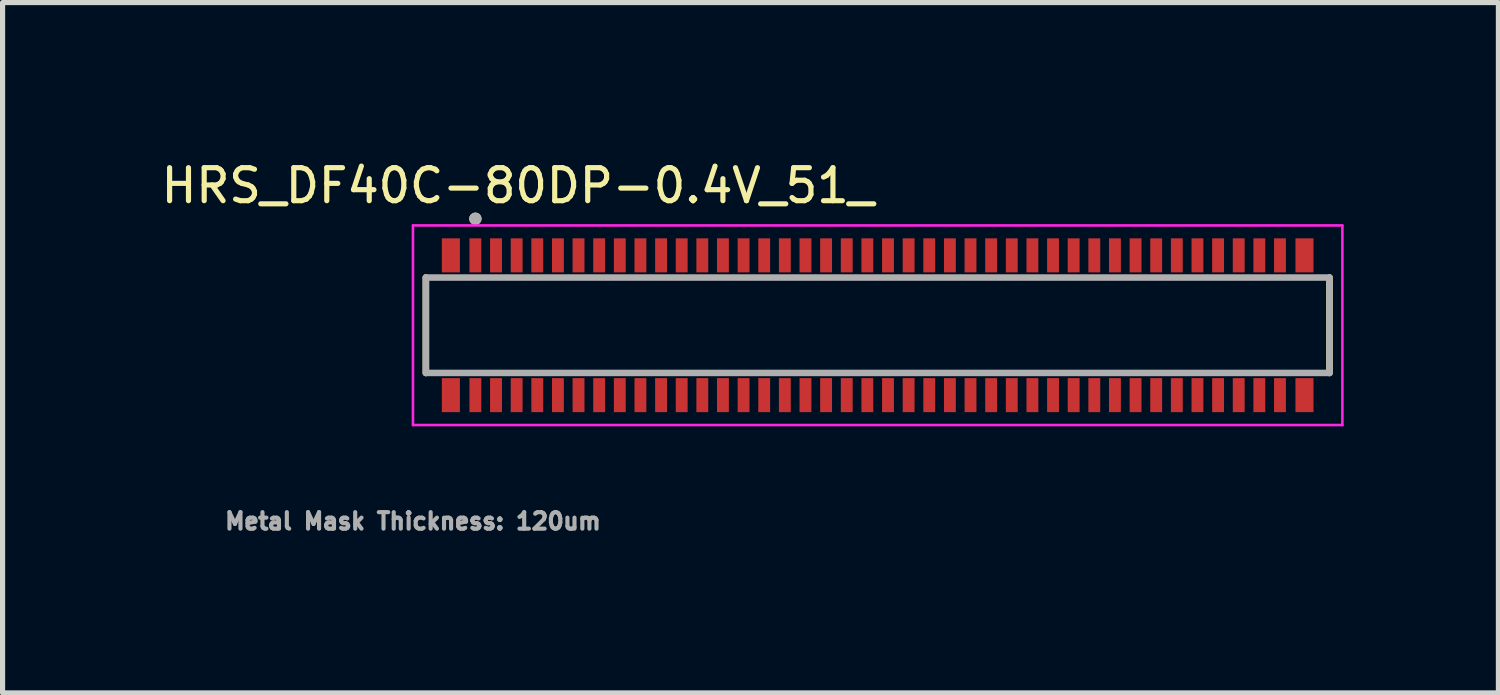
<source format=kicad_pcb>
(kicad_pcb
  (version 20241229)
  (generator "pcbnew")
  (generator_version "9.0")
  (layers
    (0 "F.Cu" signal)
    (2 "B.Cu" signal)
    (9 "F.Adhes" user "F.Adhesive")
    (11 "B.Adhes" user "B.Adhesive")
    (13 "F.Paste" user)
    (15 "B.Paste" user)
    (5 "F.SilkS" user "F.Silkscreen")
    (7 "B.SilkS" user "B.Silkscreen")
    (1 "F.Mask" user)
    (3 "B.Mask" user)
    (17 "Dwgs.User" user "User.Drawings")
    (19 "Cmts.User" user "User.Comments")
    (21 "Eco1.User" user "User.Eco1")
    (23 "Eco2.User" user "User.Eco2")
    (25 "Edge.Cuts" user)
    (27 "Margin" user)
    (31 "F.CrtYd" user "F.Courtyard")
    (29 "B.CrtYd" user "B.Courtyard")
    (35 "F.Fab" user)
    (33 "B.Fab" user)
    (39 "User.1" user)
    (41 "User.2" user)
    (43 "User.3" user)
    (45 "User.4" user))
  (footprint "HRS_DF40C-80DP-0.4V_51_"
    (layer "F.Cu")
    (at 13.967 3.256)
    (property "Reference" "HRS_DF40C-80DP-0.4V_51_" (at -6.978 -2.706 0) (layer "F.SilkS") (effects (font (size 0.64 0.64) (thickness 0.1))))
    (attr smd)
    (fp_line (start -8.76 0.925) (end -8.76 -0.925) (stroke (width 0.127) (type solid)) (layer "F.SilkS"))
    (fp_line (start 8.76 -0.925) (end 8.76 0.925) (stroke (width 0.127) (type solid)) (layer "F.SilkS"))
    (fp_circle (center -7.8 -2.065) (end -7.74 -2.065) (stroke (width 0.12) (type solid)) (fill no) (layer "F.SilkS"))
    (fp_poly (pts (xy -8.43 -1.65) (xy -8.12 -1.65) (xy -8.12 -1.06) (xy -8.43 -1.06)) (stroke (width 0.01) (type solid)) (fill yes) (layer "F.Paste"))
    (fp_poly (pts (xy -8.43 1.06) (xy -8.12 1.06) (xy -8.12 1.65) (xy -8.43 1.65)) (stroke (width 0.01) (type solid)) (fill yes) (layer "F.Paste"))
    (fp_poly (pts (xy -7.905 -1.65) (xy -7.695 -1.65) (xy -7.695 -1.06) (xy -7.905 -1.06)) (stroke (width 0.01) (type solid)) (fill yes) (layer "F.Paste"))
    (fp_poly (pts (xy -7.905 1.06) (xy -7.695 1.06) (xy -7.695 1.65) (xy -7.905 1.65)) (stroke (width 0.01) (type solid)) (fill yes) (layer "F.Paste"))
    (fp_poly (pts (xy -7.505 -1.65) (xy -7.295 -1.65) (xy -7.295 -1.06) (xy -7.505 -1.06)) (stroke (width 0.01) (type solid)) (fill yes) (layer "F.Paste"))
    (fp_poly (pts (xy -7.505 1.06) (xy -7.295 1.06) (xy -7.295 1.65) (xy -7.505 1.65)) (stroke (width 0.01) (type solid)) (fill yes) (layer "F.Paste"))
    (fp_poly (pts (xy -7.105 -1.65) (xy -6.895 -1.65) (xy -6.895 -1.06) (xy -7.105 -1.06)) (stroke (width 0.01) (type solid)) (fill yes) (layer "F.Paste"))
    (fp_poly (pts (xy -7.105 1.06) (xy -6.895 1.06) (xy -6.895 1.65) (xy -7.105 1.65)) (stroke (width 0.01) (type solid)) (fill yes) (layer "F.Paste"))
    (fp_poly (pts (xy -6.705 -1.65) (xy -6.495 -1.65) (xy -6.495 -1.06) (xy -6.705 -1.06)) (stroke (width 0.01) (type solid)) (fill yes) (layer "F.Paste"))
    (fp_poly (pts (xy -6.705 1.06) (xy -6.495 1.06) (xy -6.495 1.65) (xy -6.705 1.65)) (stroke (width 0.01) (type solid)) (fill yes) (layer "F.Paste"))
    (fp_poly (pts (xy -6.305 -1.65) (xy -6.095 -1.65) (xy -6.095 -1.06) (xy -6.305 -1.06)) (stroke (width 0.01) (type solid)) (fill yes) (layer "F.Paste"))
    (fp_poly (pts (xy -6.305 1.06) (xy -6.095 1.06) (xy -6.095 1.65) (xy -6.305 1.65)) (stroke (width 0.01) (type solid)) (fill yes) (layer "F.Paste"))
    (fp_poly (pts (xy -5.905 -1.65) (xy -5.695 -1.65) (xy -5.695 -1.06) (xy -5.905 -1.06)) (stroke (width 0.01) (type solid)) (fill yes) (layer "F.Paste"))
    (fp_poly (pts (xy -5.905 1.06) (xy -5.695 1.06) (xy -5.695 1.65) (xy -5.905 1.65)) (stroke (width 0.01) (type solid)) (fill yes) (layer "F.Paste"))
    (fp_poly (pts (xy -5.505 -1.65) (xy -5.295 -1.65) (xy -5.295 -1.06) (xy -5.505 -1.06)) (stroke (width 0.01) (type solid)) (fill yes) (layer "F.Paste"))
    (fp_poly (pts (xy -5.505 1.06) (xy -5.295 1.06) (xy -5.295 1.65) (xy -5.505 1.65)) (stroke (width 0.01) (type solid)) (fill yes) (layer "F.Paste"))
    (fp_poly (pts (xy -5.105 -1.65) (xy -4.895 -1.65) (xy -4.895 -1.06) (xy -5.105 -1.06)) (stroke (width 0.01) (type solid)) (fill yes) (layer "F.Paste"))
    (fp_poly (pts (xy -5.105 1.06) (xy -4.895 1.06) (xy -4.895 1.65) (xy -5.105 1.65)) (stroke (width 0.01) (type solid)) (fill yes) (layer "F.Paste"))
    (fp_poly (pts (xy -4.705 -1.65) (xy -4.495 -1.65) (xy -4.495 -1.06) (xy -4.705 -1.06)) (stroke (width 0.01) (type solid)) (fill yes) (layer "F.Paste"))
    (fp_poly (pts (xy -4.705 1.06) (xy -4.495 1.06) (xy -4.495 1.65) (xy -4.705 1.65)) (stroke (width 0.01) (type solid)) (fill yes) (layer "F.Paste"))
    (fp_poly (pts (xy -4.305 -1.65) (xy -4.095 -1.65) (xy -4.095 -1.06) (xy -4.305 -1.06)) (stroke (width 0.01) (type solid)) (fill yes) (layer "F.Paste"))
    (fp_poly (pts (xy -4.305 1.06) (xy -4.095 1.06) (xy -4.095 1.65) (xy -4.305 1.65)) (stroke (width 0.01) (type solid)) (fill yes) (layer "F.Paste"))
    (fp_poly (pts (xy -3.905 -1.65) (xy -3.695 -1.65) (xy -3.695 -1.06) (xy -3.905 -1.06)) (stroke (width 0.01) (type solid)) (fill yes) (layer "F.Paste"))
    (fp_poly (pts (xy -3.905 1.06) (xy -3.695 1.06) (xy -3.695 1.65) (xy -3.905 1.65)) (stroke (width 0.01) (type solid)) (fill yes) (layer "F.Paste"))
    (fp_poly (pts (xy -3.505 -1.65) (xy -3.295 -1.65) (xy -3.295 -1.06) (xy -3.505 -1.06)) (stroke (width 0.01) (type solid)) (fill yes) (layer "F.Paste"))
    (fp_poly (pts (xy -3.505 1.06) (xy -3.295 1.06) (xy -3.295 1.65) (xy -3.505 1.65)) (stroke (width 0.01) (type solid)) (fill yes) (layer "F.Paste"))
    (fp_poly (pts (xy -3.105 -1.65) (xy -2.895 -1.65) (xy -2.895 -1.06) (xy -3.105 -1.06)) (stroke (width 0.01) (type solid)) (fill yes) (layer "F.Paste"))
    (fp_poly (pts (xy -3.105 1.06) (xy -2.895 1.06) (xy -2.895 1.65) (xy -3.105 1.65)) (stroke (width 0.01) (type solid)) (fill yes) (layer "F.Paste"))
    (fp_poly (pts (xy -2.705 -1.65) (xy -2.495 -1.65) (xy -2.495 -1.06) (xy -2.705 -1.06)) (stroke (width 0.01) (type solid)) (fill yes) (layer "F.Paste"))
    (fp_poly (pts (xy -2.705 1.06) (xy -2.495 1.06) (xy -2.495 1.65) (xy -2.705 1.65)) (stroke (width 0.01) (type solid)) (fill yes) (layer "F.Paste"))
    (fp_poly (pts (xy -2.305 -1.65) (xy -2.095 -1.65) (xy -2.095 -1.06) (xy -2.305 -1.06)) (stroke (width 0.01) (type solid)) (fill yes) (layer "F.Paste"))
    (fp_poly (pts (xy -2.305 1.06) (xy -2.095 1.06) (xy -2.095 1.65) (xy -2.305 1.65)) (stroke (width 0.01) (type solid)) (fill yes) (layer "F.Paste"))
    (fp_poly (pts (xy -1.905 -1.65) (xy -1.695 -1.65) (xy -1.695 -1.06) (xy -1.905 -1.06)) (stroke (width 0.01) (type solid)) (fill yes) (layer "F.Paste"))
    (fp_poly (pts (xy -1.905 1.06) (xy -1.695 1.06) (xy -1.695 1.65) (xy -1.905 1.65)) (stroke (width 0.01) (type solid)) (fill yes) (layer "F.Paste"))
    (fp_poly (pts (xy -1.505 -1.65) (xy -1.295 -1.65) (xy -1.295 -1.06) (xy -1.505 -1.06)) (stroke (width 0.01) (type solid)) (fill yes) (layer "F.Paste"))
    (fp_poly (pts (xy -1.505 1.06) (xy -1.295 1.06) (xy -1.295 1.65) (xy -1.505 1.65)) (stroke (width 0.01) (type solid)) (fill yes) (layer "F.Paste"))
    (fp_poly (pts (xy -1.105 -1.65) (xy -0.895 -1.65) (xy -0.895 -1.06) (xy -1.105 -1.06)) (stroke (width 0.01) (type solid)) (fill yes) (layer "F.Paste"))
    (fp_poly (pts (xy -1.105 1.06) (xy -0.895 1.06) (xy -0.895 1.65) (xy -1.105 1.65)) (stroke (width 0.01) (type solid)) (fill yes) (layer "F.Paste"))
    (fp_poly (pts (xy -0.705 -1.65) (xy -0.495 -1.65) (xy -0.495 -1.06) (xy -0.705 -1.06)) (stroke (width 0.01) (type solid)) (fill yes) (layer "F.Paste"))
    (fp_poly (pts (xy -0.705 1.06) (xy -0.495 1.06) (xy -0.495 1.65) (xy -0.705 1.65)) (stroke (width 0.01) (type solid)) (fill yes) (layer "F.Paste"))
    (fp_poly (pts (xy -0.305 -1.65) (xy -0.095 -1.65) (xy -0.095 -1.06) (xy -0.305 -1.06)) (stroke (width 0.01) (type solid)) (fill yes) (layer "F.Paste"))
    (fp_poly (pts (xy -0.305 1.06) (xy -0.095 1.06) (xy -0.095 1.65) (xy -0.305 1.65)) (stroke (width 0.01) (type solid)) (fill yes) (layer "F.Paste"))
    (fp_poly (pts (xy 0.095 -1.65) (xy 0.305 -1.65) (xy 0.305 -1.06) (xy 0.095 -1.06)) (stroke (width 0.01) (type solid)) (fill yes) (layer "F.Paste"))
    (fp_poly (pts (xy 0.095 1.06) (xy 0.305 1.06) (xy 0.305 1.65) (xy 0.095 1.65)) (stroke (width 0.01) (type solid)) (fill yes) (layer "F.Paste"))
    (fp_poly (pts (xy 0.495 -1.65) (xy 0.705 -1.65) (xy 0.705 -1.06) (xy 0.495 -1.06)) (stroke (width 0.01) (type solid)) (fill yes) (layer "F.Paste"))
    (fp_poly (pts (xy 0.495 1.06) (xy 0.705 1.06) (xy 0.705 1.65) (xy 0.495 1.65)) (stroke (width 0.01) (type solid)) (fill yes) (layer "F.Paste"))
    (fp_poly (pts (xy 0.895 -1.65) (xy 1.105 -1.65) (xy 1.105 -1.06) (xy 0.895 -1.06)) (stroke (width 0.01) (type solid)) (fill yes) (layer "F.Paste"))
    (fp_poly (pts (xy 0.895 1.06) (xy 1.105 1.06) (xy 1.105 1.65) (xy 0.895 1.65)) (stroke (width 0.01) (type solid)) (fill yes) (layer "F.Paste"))
    (fp_poly (pts (xy 1.295 -1.65) (xy 1.505 -1.65) (xy 1.505 -1.06) (xy 1.295 -1.06)) (stroke (width 0.01) (type solid)) (fill yes) (layer "F.Paste"))
    (fp_poly (pts (xy 1.295 1.06) (xy 1.505 1.06) (xy 1.505 1.65) (xy 1.295 1.65)) (stroke (width 0.01) (type solid)) (fill yes) (layer "F.Paste"))
    (fp_poly (pts (xy 1.695 -1.65) (xy 1.905 -1.65) (xy 1.905 -1.06) (xy 1.695 -1.06)) (stroke (width 0.01) (type solid)) (fill yes) (layer "F.Paste"))
    (fp_poly (pts (xy 1.695 1.06) (xy 1.905 1.06) (xy 1.905 1.65) (xy 1.695 1.65)) (stroke (width 0.01) (type solid)) (fill yes) (layer "F.Paste"))
    (fp_poly (pts (xy 2.095 -1.65) (xy 2.305 -1.65) (xy 2.305 -1.06) (xy 2.095 -1.06)) (stroke (width 0.01) (type solid)) (fill yes) (layer "F.Paste"))
    (fp_poly (pts (xy 2.095 1.06) (xy 2.305 1.06) (xy 2.305 1.65) (xy 2.095 1.65)) (stroke (width 0.01) (type solid)) (fill yes) (layer "F.Paste"))
    (fp_poly (pts (xy 2.495 -1.65) (xy 2.705 -1.65) (xy 2.705 -1.06) (xy 2.495 -1.06)) (stroke (width 0.01) (type solid)) (fill yes) (layer "F.Paste"))
    (fp_poly (pts (xy 2.495 1.06) (xy 2.705 1.06) (xy 2.705 1.65) (xy 2.495 1.65)) (stroke (width 0.01) (type solid)) (fill yes) (layer "F.Paste"))
    (fp_poly (pts (xy 2.895 -1.65) (xy 3.105 -1.65) (xy 3.105 -1.06) (xy 2.895 -1.06)) (stroke (width 0.01) (type solid)) (fill yes) (layer "F.Paste"))
    (fp_poly (pts (xy 2.895 1.06) (xy 3.105 1.06) (xy 3.105 1.65) (xy 2.895 1.65)) (stroke (width 0.01) (type solid)) (fill yes) (layer "F.Paste"))
    (fp_poly (pts (xy 3.295 -1.65) (xy 3.505 -1.65) (xy 3.505 -1.06) (xy 3.295 -1.06)) (stroke (width 0.01) (type solid)) (fill yes) (layer "F.Paste"))
    (fp_poly (pts (xy 3.295 1.06) (xy 3.505 1.06) (xy 3.505 1.65) (xy 3.295 1.65)) (stroke (width 0.01) (type solid)) (fill yes) (layer "F.Paste"))
    (fp_poly (pts (xy 3.695 -1.65) (xy 3.905 -1.65) (xy 3.905 -1.06) (xy 3.695 -1.06)) (stroke (width 0.01) (type solid)) (fill yes) (layer "F.Paste"))
    (fp_poly (pts (xy 3.695 1.06) (xy 3.905 1.06) (xy 3.905 1.65) (xy 3.695 1.65)) (stroke (width 0.01) (type solid)) (fill yes) (layer "F.Paste"))
    (fp_poly (pts (xy 4.095 -1.65) (xy 4.305 -1.65) (xy 4.305 -1.06) (xy 4.095 -1.06)) (stroke (width 0.01) (type solid)) (fill yes) (layer "F.Paste"))
    (fp_poly (pts (xy 4.095 1.06) (xy 4.305 1.06) (xy 4.305 1.65) (xy 4.095 1.65)) (stroke (width 0.01) (type solid)) (fill yes) (layer "F.Paste"))
    (fp_poly (pts (xy 4.495 -1.65) (xy 4.705 -1.65) (xy 4.705 -1.06) (xy 4.495 -1.06)) (stroke (width 0.01) (type solid)) (fill yes) (layer "F.Paste"))
    (fp_poly (pts (xy 4.495 1.06) (xy 4.705 1.06) (xy 4.705 1.65) (xy 4.495 1.65)) (stroke (width 0.01) (type solid)) (fill yes) (layer "F.Paste"))
    (fp_poly (pts (xy 4.895 -1.65) (xy 5.105 -1.65) (xy 5.105 -1.06) (xy 4.895 -1.06)) (stroke (width 0.01) (type solid)) (fill yes) (layer "F.Paste"))
    (fp_poly (pts (xy 4.895 1.06) (xy 5.105 1.06) (xy 5.105 1.65) (xy 4.895 1.65)) (stroke (width 0.01) (type solid)) (fill yes) (layer "F.Paste"))
    (fp_poly (pts (xy 5.295 -1.65) (xy 5.505 -1.65) (xy 5.505 -1.06) (xy 5.295 -1.06)) (stroke (width 0.01) (type solid)) (fill yes) (layer "F.Paste"))
    (fp_poly (pts (xy 5.295 1.06) (xy 5.505 1.06) (xy 5.505 1.65) (xy 5.295 1.65)) (stroke (width 0.01) (type solid)) (fill yes) (layer "F.Paste"))
    (fp_poly (pts (xy 5.695 -1.65) (xy 5.905 -1.65) (xy 5.905 -1.06) (xy 5.695 -1.06)) (stroke (width 0.01) (type solid)) (fill yes) (layer "F.Paste"))
    (fp_poly (pts (xy 5.695 1.06) (xy 5.905 1.06) (xy 5.905 1.65) (xy 5.695 1.65)) (stroke (width 0.01) (type solid)) (fill yes) (layer "F.Paste"))
    (fp_poly (pts (xy 6.095 -1.65) (xy 6.305 -1.65) (xy 6.305 -1.06) (xy 6.095 -1.06)) (stroke (width 0.01) (type solid)) (fill yes) (layer "F.Paste"))
    (fp_poly (pts (xy 6.095 1.06) (xy 6.305 1.06) (xy 6.305 1.65) (xy 6.095 1.65)) (stroke (width 0.01) (type solid)) (fill yes) (layer "F.Paste"))
    (fp_poly (pts (xy 6.495 -1.65) (xy 6.705 -1.65) (xy 6.705 -1.06) (xy 6.495 -1.06)) (stroke (width 0.01) (type solid)) (fill yes) (layer "F.Paste"))
    (fp_poly (pts (xy 6.495 1.06) (xy 6.705 1.06) (xy 6.705 1.65) (xy 6.495 1.65)) (stroke (width 0.01) (type solid)) (fill yes) (layer "F.Paste"))
    (fp_poly (pts (xy 6.895 -1.65) (xy 7.105 -1.65) (xy 7.105 -1.06) (xy 6.895 -1.06)) (stroke (width 0.01) (type solid)) (fill yes) (layer "F.Paste"))
    (fp_poly (pts (xy 6.895 1.06) (xy 7.105 1.06) (xy 7.105 1.65) (xy 6.895 1.65)) (stroke (width 0.01) (type solid)) (fill yes) (layer "F.Paste"))
    (fp_poly (pts (xy 7.295 -1.65) (xy 7.505 -1.65) (xy 7.505 -1.06) (xy 7.295 -1.06)) (stroke (width 0.01) (type solid)) (fill yes) (layer "F.Paste"))
    (fp_poly (pts (xy 7.295 1.06) (xy 7.505 1.06) (xy 7.505 1.65) (xy 7.295 1.65)) (stroke (width 0.01) (type solid)) (fill yes) (layer "F.Paste"))
    (fp_poly (pts (xy 7.695 -1.65) (xy 7.905 -1.65) (xy 7.905 -1.06) (xy 7.695 -1.06)) (stroke (width 0.01) (type solid)) (fill yes) (layer "F.Paste"))
    (fp_poly (pts (xy 7.695 1.06) (xy 7.905 1.06) (xy 7.905 1.65) (xy 7.695 1.65)) (stroke (width 0.01) (type solid)) (fill yes) (layer "F.Paste"))
    (fp_poly (pts (xy 8.12 -1.65) (xy 8.43 -1.65) (xy 8.43 -1.06) (xy 8.12 -1.06)) (stroke (width 0.01) (type solid)) (fill yes) (layer "F.Paste"))
    (fp_poly (pts (xy 8.12 1.06) (xy 8.43 1.06) (xy 8.43 1.65) (xy 8.12 1.65)) (stroke (width 0.01) (type solid)) (fill yes) (layer "F.Paste"))
    (fp_line (start -9.01 -1.935) (end 9.01 -1.935) (stroke (width 0.05) (type solid)) (layer "F.CrtYd"))
    (fp_line (start -9.01 1.935) (end -9.01 -1.935) (stroke (width 0.05) (type solid)) (layer "F.CrtYd"))
    (fp_line (start 9.01 -1.935) (end 9.01 1.935) (stroke (width 0.05) (type solid)) (layer "F.CrtYd"))
    (fp_line (start 9.01 1.935) (end -9.01 1.935) (stroke (width 0.05) (type solid)) (layer "F.CrtYd"))
    (fp_line (start -8.76 -0.925) (end 8.76 -0.925) (stroke (width 0.127) (type solid)) (layer "F.Fab"))
    (fp_line (start -8.76 0.925) (end -8.76 -0.925) (stroke (width 0.127) (type solid)) (layer "F.Fab"))
    (fp_line (start 8.76 -0.925) (end 8.76 0.925) (stroke (width 0.127) (type solid)) (layer "F.Fab"))
    (fp_line (start 8.76 0.925) (end -8.76 0.925) (stroke (width 0.127) (type solid)) (layer "F.Fab"))
    (fp_circle (center -7.8 -2.065) (end -7.74 -2.065) (stroke (width 0.12) (type solid)) (fill no) (layer "F.Fab"))
    (fp_text user "Metal Mask Thickness: 120um" (at -9.01 3.8 0) (layer "F.Fab") (effects (font (size 0.32 0.32) (thickness 0.08))))
    (pad "1" smd rect (at -7.8 -1.355) (size 0.23 0.66) (layers "F.Cu" "F.Mask"))
    (pad "2" smd rect (at -7.8 1.355) (size 0.23 0.66) (layers "F.Cu" "F.Mask"))
    (pad "3" smd rect (at -7.4 -1.355) (size 0.23 0.66) (layers "F.Cu" "F.Mask"))
    (pad "4" smd rect (at -7.4 1.355) (size 0.23 0.66) (layers "F.Cu" "F.Mask"))
    (pad "5" smd rect (at -7 -1.355) (size 0.23 0.66) (layers "F.Cu" "F.Mask"))
    (pad "6" smd rect (at -7 1.355) (size 0.23 0.66) (layers "F.Cu" "F.Mask"))
    (pad "7" smd rect (at -6.6 -1.355) (size 0.23 0.66) (layers "F.Cu" "F.Mask"))
    (pad "8" smd rect (at -6.6 1.355) (size 0.23 0.66) (layers "F.Cu" "F.Mask"))
    (pad "9" smd rect (at -6.2 -1.355) (size 0.23 0.66) (layers "F.Cu" "F.Mask"))
    (pad "10" smd rect (at -6.2 1.355) (size 0.23 0.66) (layers "F.Cu" "F.Mask"))
    (pad "11" smd rect (at -5.8 -1.355) (size 0.23 0.66) (layers "F.Cu" "F.Mask"))
    (pad "12" smd rect (at -5.8 1.355) (size 0.23 0.66) (layers "F.Cu" "F.Mask"))
    (pad "13" smd rect (at -5.4 -1.355) (size 0.23 0.66) (layers "F.Cu" "F.Mask"))
    (pad "14" smd rect (at -5.4 1.355) (size 0.23 0.66) (layers "F.Cu" "F.Mask"))
    (pad "15" smd rect (at -5 -1.355) (size 0.23 0.66) (layers "F.Cu" "F.Mask"))
    (pad "16" smd rect (at -5 1.355) (size 0.23 0.66) (layers "F.Cu" "F.Mask"))
    (pad "17" smd rect (at -4.6 -1.355) (size 0.23 0.66) (layers "F.Cu" "F.Mask"))
    (pad "18" smd rect (at -4.6 1.355) (size 0.23 0.66) (layers "F.Cu" "F.Mask"))
    (pad "19" smd rect (at -4.2 -1.355) (size 0.23 0.66) (layers "F.Cu" "F.Mask"))
    (pad "20" smd rect (at -4.2 1.355) (size 0.23 0.66) (layers "F.Cu" "F.Mask"))
    (pad "21" smd rect (at -3.8 -1.355) (size 0.23 0.66) (layers "F.Cu" "F.Mask"))
    (pad "22" smd rect (at -3.8 1.355) (size 0.23 0.66) (layers "F.Cu" "F.Mask"))
    (pad "23" smd rect (at -3.4 -1.355) (size 0.23 0.66) (layers "F.Cu" "F.Mask"))
    (pad "24" smd rect (at -3.4 1.355) (size 0.23 0.66) (layers "F.Cu" "F.Mask"))
    (pad "25" smd rect (at -3 -1.355) (size 0.23 0.66) (layers "F.Cu" "F.Mask"))
    (pad "26" smd rect (at -3 1.355) (size 0.23 0.66) (layers "F.Cu" "F.Mask"))
    (pad "27" smd rect (at -2.6 -1.355) (size 0.23 0.66) (layers "F.Cu" "F.Mask"))
    (pad "28" smd rect (at -2.6 1.355) (size 0.23 0.66) (layers "F.Cu" "F.Mask"))
    (pad "29" smd rect (at -2.2 -1.355) (size 0.23 0.66) (layers "F.Cu" "F.Mask"))
    (pad "30" smd rect (at -2.2 1.355) (size 0.23 0.66) (layers "F.Cu" "F.Mask"))
    (pad "31" smd rect (at -1.8 -1.355) (size 0.23 0.66) (layers "F.Cu" "F.Mask"))
    (pad "32" smd rect (at -1.8 1.355) (size 0.23 0.66) (layers "F.Cu" "F.Mask"))
    (pad "33" smd rect (at -1.4 -1.355) (size 0.23 0.66) (layers "F.Cu" "F.Mask"))
    (pad "34" smd rect (at -1.4 1.355) (size 0.23 0.66) (layers "F.Cu" "F.Mask"))
    (pad "35" smd rect (at -1 -1.355) (size 0.23 0.66) (layers "F.Cu" "F.Mask"))
    (pad "36" smd rect (at -1 1.355) (size 0.23 0.66) (layers "F.Cu" "F.Mask"))
    (pad "37" smd rect (at -0.6 -1.355) (size 0.23 0.66) (layers "F.Cu" "F.Mask"))
    (pad "38" smd rect (at -0.6 1.355) (size 0.23 0.66) (layers "F.Cu" "F.Mask"))
    (pad "39" smd rect (at -0.2 -1.355) (size 0.23 0.66) (layers "F.Cu" "F.Mask"))
    (pad "40" smd rect (at -0.2 1.355) (size 0.23 0.66) (layers "F.Cu" "F.Mask"))
    (pad "41" smd rect (at 0.2 -1.355) (size 0.23 0.66) (layers "F.Cu" "F.Mask"))
    (pad "42" smd rect (at 0.2 1.355) (size 0.23 0.66) (layers "F.Cu" "F.Mask"))
    (pad "43" smd rect (at 0.6 -1.355) (size 0.23 0.66) (layers "F.Cu" "F.Mask"))
    (pad "44" smd rect (at 0.6 1.355) (size 0.23 0.66) (layers "F.Cu" "F.Mask"))
    (pad "45" smd rect (at 1 -1.355) (size 0.23 0.66) (layers "F.Cu" "F.Mask"))
    (pad "46" smd rect (at 1 1.355) (size 0.23 0.66) (layers "F.Cu" "F.Mask"))
    (pad "47" smd rect (at 1.4 -1.355) (size 0.23 0.66) (layers "F.Cu" "F.Mask"))
    (pad "48" smd rect (at 1.4 1.355) (size 0.23 0.66) (layers "F.Cu" "F.Mask"))
    (pad "49" smd rect (at 1.8 -1.355) (size 0.23 0.66) (layers "F.Cu" "F.Mask"))
    (pad "50" smd rect (at 1.8 1.355) (size 0.23 0.66) (layers "F.Cu" "F.Mask"))
    (pad "51" smd rect (at 2.2 -1.355) (size 0.23 0.66) (layers "F.Cu" "F.Mask"))
    (pad "52" smd rect (at 2.2 1.355) (size 0.23 0.66) (layers "F.Cu" "F.Mask"))
    (pad "53" smd rect (at 2.6 -1.355) (size 0.23 0.66) (layers "F.Cu" "F.Mask"))
    (pad "54" smd rect (at 2.6 1.355) (size 0.23 0.66) (layers "F.Cu" "F.Mask"))
    (pad "55" smd rect (at 3 -1.355) (size 0.23 0.66) (layers "F.Cu" "F.Mask"))
    (pad "56" smd rect (at 3 1.355) (size 0.23 0.66) (layers "F.Cu" "F.Mask"))
    (pad "57" smd rect (at 3.4 -1.355) (size 0.23 0.66) (layers "F.Cu" "F.Mask"))
    (pad "58" smd rect (at 3.4 1.355) (size 0.23 0.66) (layers "F.Cu" "F.Mask"))
    (pad "59" smd rect (at 3.8 -1.355) (size 0.23 0.66) (layers "F.Cu" "F.Mask"))
    (pad "60" smd rect (at 3.8 1.355) (size 0.23 0.66) (layers "F.Cu" "F.Mask"))
    (pad "61" smd rect (at 4.2 -1.355) (size 0.23 0.66) (layers "F.Cu" "F.Mask"))
    (pad "62" smd rect (at 4.2 1.355) (size 0.23 0.66) (layers "F.Cu" "F.Mask"))
    (pad "63" smd rect (at 4.6 -1.355) (size 0.23 0.66) (layers "F.Cu" "F.Mask"))
    (pad "64" smd rect (at 4.6 1.355) (size 0.23 0.66) (layers "F.Cu" "F.Mask"))
    (pad "65" smd rect (at 5 -1.355) (size 0.23 0.66) (layers "F.Cu" "F.Mask"))
    (pad "66" smd rect (at 5 1.355) (size 0.23 0.66) (layers "F.Cu" "F.Mask"))
    (pad "67" smd rect (at 5.4 -1.355) (size 0.23 0.66) (layers "F.Cu" "F.Mask"))
    (pad "68" smd rect (at 5.4 1.355) (size 0.23 0.66) (layers "F.Cu" "F.Mask"))
    (pad "69" smd rect (at 5.8 -1.355) (size 0.23 0.66) (layers "F.Cu" "F.Mask"))
    (pad "70" smd rect (at 5.8 1.355) (size 0.23 0.66) (layers "F.Cu" "F.Mask"))
    (pad "71" smd rect (at 6.2 -1.355) (size 0.23 0.66) (layers "F.Cu" "F.Mask"))
    (pad "72" smd rect (at 6.2 1.355) (size 0.23 0.66) (layers "F.Cu" "F.Mask"))
    (pad "73" smd rect (at 6.6 -1.355) (size 0.23 0.66) (layers "F.Cu" "F.Mask"))
    (pad "74" smd rect (at 6.6 1.355) (size 0.23 0.66) (layers "F.Cu" "F.Mask"))
    (pad "75" smd rect (at 7 -1.355) (size 0.23 0.66) (layers "F.Cu" "F.Mask"))
    (pad "76" smd rect (at 7 1.355) (size 0.23 0.66) (layers "F.Cu" "F.Mask"))
    (pad "77" smd rect (at 7.4 -1.355) (size 0.23 0.66) (layers "F.Cu" "F.Mask"))
    (pad "78" smd rect (at 7.4 1.355) (size 0.23 0.66) (layers "F.Cu" "F.Mask"))
    (pad "79" smd rect (at 7.8 -1.355) (size 0.23 0.66) (layers "F.Cu" "F.Mask"))
    (pad "80" smd rect (at 7.8 1.355) (size 0.23 0.66) (layers "F.Cu" "F.Mask"))
    (pad "MP" smd rect (at -8.275 -1.355) (size 0.35 0.66) (layers "F.Cu" "F.Mask"))
    (pad "MP" smd rect (at -8.275 1.355) (size 0.35 0.66) (layers "F.Cu" "F.Mask"))
    (pad "MP" smd rect (at 8.275 -1.355) (size 0.35 0.66) (layers "F.Cu" "F.Mask"))
    (pad "MP" smd rect (at 8.275 1.355) (size 0.35 0.66) (layers "F.Cu" "F.Mask")))
  (gr_rect
    (start -3 -3)
    (end 26.002 10.384)
    (stroke (width 0.1) (type default))
    (fill no)
    (layer "Edge.Cuts")))
</source>
